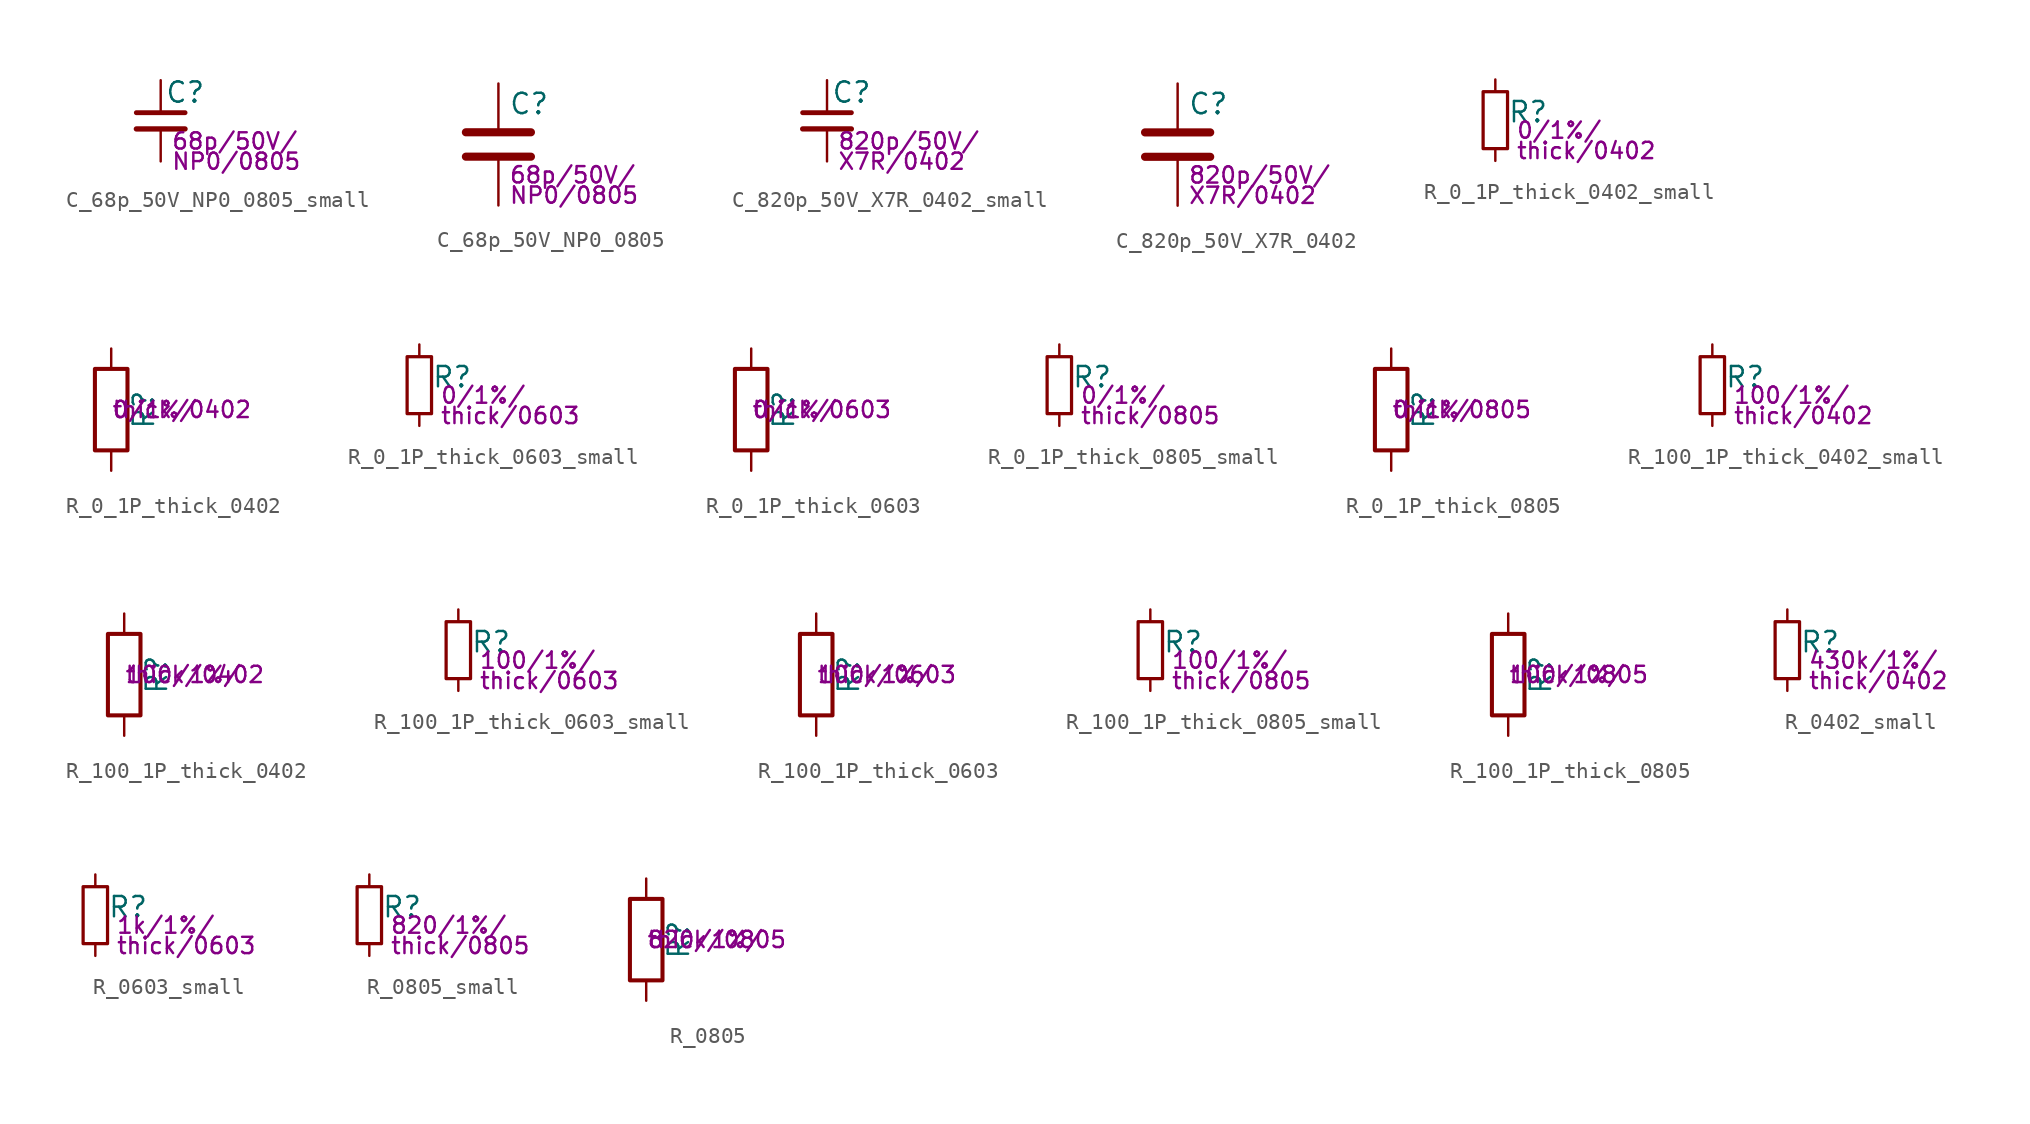
<source format=kicad_sym>
(kicad_symbol_lib
  (version 20211014)
  (generator kicad_symbol_editor)
  (symbol "C_68p_50V_NP0_0805_small"
    (pin_numbers hide)
    (pin_names
      (offset 0.254) hide)
    (property "Reference" "C"
      (at 0.254 1.778 0)
      (effects (font (size 1.27 1.27)) (justify left)))
    (property "Params" "68p/50V/"
      (at 0.635 -1.27 0)
      (effects (font (size 1.016 1.016)) (justify left)))
    (property "Params2" "NP0/0805"
      (at 0.635 -2.54 0)
      (effects (font (size 1.016 1.016)) (justify left)))
    (symbol "C_68p_50V_NP0_0805_small_0_1"
      (polyline (pts (xy -1.524 -0.508) (xy 1.524 -0.508)) (stroke (width 0.33) (type default) (color 0 0 0 0)) (fill (type none)))
      (polyline (pts (xy -1.524 0.508) (xy 1.524 0.508)) (stroke (width 0.305) (type default) (color 0 0 0 0)) (fill (type none))))
    (symbol "C_68p_50V_NP0_0805_small_1_1"
      (pin passive line (at 0 2.54 270) (length 2.032) (name "~" (effects (font (size 1.27 1.27)))) (number "1" (effects (font (size 1.27 1.27)))))
      (pin passive line (at 0 -2.54 90) (length 2.032) (name "~" (effects (font (size 1.27 1.27)))) (number "2" (effects (font (size 1.27 1.27)))))))
  (symbol "C_68p_50V_NP0_0805"
    (pin_numbers hide)
    (pin_names
      (offset 0.254))
    (property "Reference" "C"
      (at 0.635 2.54 0)
      (effects (font (size 1.27 1.27)) (justify left)))
    (property "Params" "68p/50V/"
      (at 0.635 -1.905 0)
      (effects (font (size 1.016 1.016)) (justify left)))
    (property "Params2" "NP0/0805"
      (at 0.635 -3.175 0)
      (effects (font (size 1.016 1.016)) (justify left)))
    (symbol "C_68p_50V_NP0_0805_0_1"
      (polyline (pts (xy -2.032 -0.762) (xy 2.032 -0.762)) (stroke (width 0.508) (type default) (color 0 0 0 0)) (fill (type none)))
      (polyline (pts (xy -2.032 0.762) (xy 2.032 0.762)) (stroke (width 0.508) (type default) (color 0 0 0 0)) (fill (type none))))
    (symbol "C_68p_50V_NP0_0805_1_1"
      (pin passive line (at 0 3.81 270) (length 2.794) (name "~" (effects (font (size 1.27 1.27)))) (number "1" (effects (font (size 1.27 1.27)))))
      (pin passive line (at 0 -3.81 90) (length 2.794) (name "~" (effects (font (size 1.27 1.27)))) (number "2" (effects (font (size 1.27 1.27)))))))
  (symbol "C_820p_50V_X7R_0402_small"
    (pin_numbers hide)
    (pin_names
      (offset 0.254) hide)
    (property "Reference" "C"
      (at 0.254 1.778 0)
      (effects (font (size 1.27 1.27)) (justify left)))
    (property "Params" "820p/50V/"
      (at 0.635 -1.27 0)
      (effects (font (size 1.016 1.016)) (justify left)))
    (property "Params2" "X7R/0402"
      (at 0.635 -2.54 0)
      (effects (font (size 1.016 1.016)) (justify left)))
    (symbol "C_820p_50V_X7R_0402_small_0_1"
      (polyline (pts (xy -1.524 -0.508) (xy 1.524 -0.508)) (stroke (width 0.33) (type default) (color 0 0 0 0)) (fill (type none)))
      (polyline (pts (xy -1.524 0.508) (xy 1.524 0.508)) (stroke (width 0.305) (type default) (color 0 0 0 0)) (fill (type none))))
    (symbol "C_820p_50V_X7R_0402_small_1_1"
      (pin passive line (at 0 2.54 270) (length 2.032) (name "~" (effects (font (size 1.27 1.27)))) (number "1" (effects (font (size 1.27 1.27)))))
      (pin passive line (at 0 -2.54 90) (length 2.032) (name "~" (effects (font (size 1.27 1.27)))) (number "2" (effects (font (size 1.27 1.27)))))))
  (symbol "C_820p_50V_X7R_0402"
    (pin_numbers hide)
    (pin_names
      (offset 0.254))
    (property "Reference" "C"
      (at 0.635 2.54 0)
      (effects (font (size 1.27 1.27)) (justify left)))
    (property "Params" "820p/50V/"
      (at 0.635 -1.905 0)
      (effects (font (size 1.016 1.016)) (justify left)))
    (property "Params2" "X7R/0402"
      (at 0.635 -3.175 0)
      (effects (font (size 1.016 1.016)) (justify left)))
    (symbol "C_820p_50V_X7R_0402_0_1"
      (polyline (pts (xy -2.032 -0.762) (xy 2.032 -0.762)) (stroke (width 0.508) (type default) (color 0 0 0 0)) (fill (type none)))
      (polyline (pts (xy -2.032 0.762) (xy 2.032 0.762)) (stroke (width 0.508) (type default) (color 0 0 0 0)) (fill (type none))))
    (symbol "C_820p_50V_X7R_0402_1_1"
      (pin passive line (at 0 3.81 270) (length 2.794) (name "~" (effects (font (size 1.27 1.27)))) (number "1" (effects (font (size 1.27 1.27)))))
      (pin passive line (at 0 -3.81 90) (length 2.794) (name "~" (effects (font (size 1.27 1.27)))) (number "2" (effects (font (size 1.27 1.27)))))))
  (symbol "R_0_1P_thick_0402_small"
    (pin_numbers hide)
    (pin_names
      (offset 0.254) hide)
    (property "Reference" "R"
      (at 0.762 0.508 0)
      (effects (font (size 1.27 1.27)) (justify left)))
    (property "Params" "0/1%/"
      (at 1.27 -0.635 0)
      (effects (font (size 1.016 1.016)) (justify left)))
    (property "Params2" "thick/0402"
      (at 1.27 -1.905 0)
      (effects (font (size 1.016 1.016)) (justify left)))
    (symbol "R_0_1P_thick_0402_small_0_1"
      (rectangle (start -0.762 1.778) (end 0.762 -1.778) (stroke (width 0.203) (type default) (color 0 0 0 0)) (fill (type none))))
    (symbol "R_0_1P_thick_0402_small_1_1"
      (pin passive line (at 0 2.54 270) (length 0.762) (name "~" (effects (font (size 1.27 1.27)))) (number "1" (effects (font (size 1.27 1.27)))))
      (pin passive line (at 0 -2.54 90) (length 0.762) (name "~" (effects (font (size 1.27 1.27)))) (number "2" (effects (font (size 1.27 1.27)))))))
  (symbol "R_0_1P_thick_0402"
    (pin_numbers hide)
    (pin_names
      (offset 0))
    (property "Reference" "R"
      (at 2.032 0 90)
      (effects (font (size 1.27 1.27))))
    (property "Params" "0/1%/"
      (at 0 0 0)
      (effects (font (size 1.016 1.016)) (justify left)))
    (property "Params2" "thick/0402"
      (at 0 0 0)
      (effects (font (size 1.016 1.016)) (justify left)))
    (symbol "R_0_1P_thick_0402_0_1"
      (rectangle (start -1.016 -2.54) (end 1.016 2.54) (stroke (width 0.254) (type default) (color 0 0 0 0)) (fill (type none))))
    (symbol "R_0_1P_thick_0402_1_1"
      (pin passive line (at 0 3.81 270) (length 1.27) (name "~" (effects (font (size 1.27 1.27)))) (number "1" (effects (font (size 1.27 1.27)))))
      (pin passive line (at 0 -3.81 90) (length 1.27) (name "~" (effects (font (size 1.27 1.27)))) (number "2" (effects (font (size 1.27 1.27)))))))
  (symbol "R_0_1P_thick_0603_small"
    (pin_numbers hide)
    (pin_names
      (offset 0.254) hide)
    (property "Reference" "R"
      (at 0.762 0.508 0)
      (effects (font (size 1.27 1.27)) (justify left)))
    (property "Params" "0/1%/"
      (at 1.27 -0.635 0)
      (effects (font (size 1.016 1.016)) (justify left)))
    (property "Params2" "thick/0603"
      (at 1.27 -1.905 0)
      (effects (font (size 1.016 1.016)) (justify left)))
    (symbol "R_0_1P_thick_0603_small_0_1"
      (rectangle (start -0.762 1.778) (end 0.762 -1.778) (stroke (width 0.203) (type default) (color 0 0 0 0)) (fill (type none))))
    (symbol "R_0_1P_thick_0603_small_1_1"
      (pin passive line (at 0 2.54 270) (length 0.762) (name "~" (effects (font (size 1.27 1.27)))) (number "1" (effects (font (size 1.27 1.27)))))
      (pin passive line (at 0 -2.54 90) (length 0.762) (name "~" (effects (font (size 1.27 1.27)))) (number "2" (effects (font (size 1.27 1.27)))))))
  (symbol "R_0_1P_thick_0603"
    (pin_numbers hide)
    (pin_names
      (offset 0))
    (property "Reference" "R"
      (at 2.032 0 90)
      (effects (font (size 1.27 1.27))))
    (property "Params" "0/1%/"
      (at 0 0 0)
      (effects (font (size 1.016 1.016)) (justify left)))
    (property "Params2" "thick/0603"
      (at 0 0 0)
      (effects (font (size 1.016 1.016)) (justify left)))
    (symbol "R_0_1P_thick_0603_0_1"
      (rectangle (start -1.016 -2.54) (end 1.016 2.54) (stroke (width 0.254) (type default) (color 0 0 0 0)) (fill (type none))))
    (symbol "R_0_1P_thick_0603_1_1"
      (pin passive line (at 0 3.81 270) (length 1.27) (name "~" (effects (font (size 1.27 1.27)))) (number "1" (effects (font (size 1.27 1.27)))))
      (pin passive line (at 0 -3.81 90) (length 1.27) (name "~" (effects (font (size 1.27 1.27)))) (number "2" (effects (font (size 1.27 1.27)))))))
  (symbol "R_0_1P_thick_0805_small"
    (pin_numbers hide)
    (pin_names
      (offset 0.254) hide)
    (property "Reference" "R"
      (at 0.762 0.508 0)
      (effects (font (size 1.27 1.27)) (justify left)))
    (property "Params" "0/1%/"
      (at 1.27 -0.635 0)
      (effects (font (size 1.016 1.016)) (justify left)))
    (property "Params2" "thick/0805"
      (at 1.27 -1.905 0)
      (effects (font (size 1.016 1.016)) (justify left)))
    (symbol "R_0_1P_thick_0805_small_0_1"
      (rectangle (start -0.762 1.778) (end 0.762 -1.778) (stroke (width 0.203) (type default) (color 0 0 0 0)) (fill (type none))))
    (symbol "R_0_1P_thick_0805_small_1_1"
      (pin passive line (at 0 2.54 270) (length 0.762) (name "~" (effects (font (size 1.27 1.27)))) (number "1" (effects (font (size 1.27 1.27)))))
      (pin passive line (at 0 -2.54 90) (length 0.762) (name "~" (effects (font (size 1.27 1.27)))) (number "2" (effects (font (size 1.27 1.27)))))))
  (symbol "R_0_1P_thick_0805"
    (pin_numbers hide)
    (pin_names
      (offset 0))
    (property "Reference" "R"
      (at 2.032 0 90)
      (effects (font (size 1.27 1.27))))
    (property "Params" "0/1%/"
      (at 0 0 0)
      (effects (font (size 1.016 1.016)) (justify left)))
    (property "Params2" "thick/0805"
      (at 0 0 0)
      (effects (font (size 1.016 1.016)) (justify left)))
    (symbol "R_0_1P_thick_0805_0_1"
      (rectangle (start -1.016 -2.54) (end 1.016 2.54) (stroke (width 0.254) (type default) (color 0 0 0 0)) (fill (type none))))
    (symbol "R_0_1P_thick_0805_1_1"
      (pin passive line (at 0 3.81 270) (length 1.27) (name "~" (effects (font (size 1.27 1.27)))) (number "1" (effects (font (size 1.27 1.27)))))
      (pin passive line (at 0 -3.81 90) (length 1.27) (name "~" (effects (font (size 1.27 1.27)))) (number "2" (effects (font (size 1.27 1.27)))))))
  (symbol "R_100_1P_thick_0402_small"
    (pin_numbers hide)
    (pin_names
      (offset 0.254) hide)
    (property "Reference" "R"
      (at 0.762 0.508 0)
      (effects (font (size 1.27 1.27)) (justify left)))
    (property "Params" "100/1%/"
      (at 1.27 -0.635 0)
      (effects (font (size 1.016 1.016)) (justify left)))
    (property "Params2" "thick/0402"
      (at 1.27 -1.905 0)
      (effects (font (size 1.016 1.016)) (justify left)))
    (symbol "R_100_1P_thick_0402_small_0_1"
      (rectangle (start -0.762 1.778) (end 0.762 -1.778) (stroke (width 0.203) (type default) (color 0 0 0 0)) (fill (type none))))
    (symbol "R_100_1P_thick_0402_small_1_1"
      (pin passive line (at 0 2.54 270) (length 0.762) (name "~" (effects (font (size 1.27 1.27)))) (number "1" (effects (font (size 1.27 1.27)))))
      (pin passive line (at 0 -2.54 90) (length 0.762) (name "~" (effects (font (size 1.27 1.27)))) (number "2" (effects (font (size 1.27 1.27)))))))
  (symbol "R_100_1P_thick_0402"
    (pin_numbers hide)
    (pin_names
      (offset 0))
    (property "Reference" "R"
      (at 2.032 0 90)
      (effects (font (size 1.27 1.27))))
    (property "Params" "100/1%/"
      (at 0 0 0)
      (effects (font (size 1.016 1.016)) (justify left)))
    (property "Params2" "thick/0402"
      (at 0 0 0)
      (effects (font (size 1.016 1.016)) (justify left)))
    (symbol "R_100_1P_thick_0402_0_1"
      (rectangle (start -1.016 -2.54) (end 1.016 2.54) (stroke (width 0.254) (type default) (color 0 0 0 0)) (fill (type none))))
    (symbol "R_100_1P_thick_0402_1_1"
      (pin passive line (at 0 3.81 270) (length 1.27) (name "~" (effects (font (size 1.27 1.27)))) (number "1" (effects (font (size 1.27 1.27)))))
      (pin passive line (at 0 -3.81 90) (length 1.27) (name "~" (effects (font (size 1.27 1.27)))) (number "2" (effects (font (size 1.27 1.27)))))))
  (symbol "R_100_1P_thick_0603_small"
    (pin_numbers hide)
    (pin_names
      (offset 0.254) hide)
    (property "Reference" "R"
      (at 0.762 0.508 0)
      (effects (font (size 1.27 1.27)) (justify left)))
    (property "Params" "100/1%/"
      (at 1.27 -0.635 0)
      (effects (font (size 1.016 1.016)) (justify left)))
    (property "Params2" "thick/0603"
      (at 1.27 -1.905 0)
      (effects (font (size 1.016 1.016)) (justify left)))
    (symbol "R_100_1P_thick_0603_small_0_1"
      (rectangle (start -0.762 1.778) (end 0.762 -1.778) (stroke (width 0.203) (type default) (color 0 0 0 0)) (fill (type none))))
    (symbol "R_100_1P_thick_0603_small_1_1"
      (pin passive line (at 0 2.54 270) (length 0.762) (name "~" (effects (font (size 1.27 1.27)))) (number "1" (effects (font (size 1.27 1.27)))))
      (pin passive line (at 0 -2.54 90) (length 0.762) (name "~" (effects (font (size 1.27 1.27)))) (number "2" (effects (font (size 1.27 1.27)))))))
  (symbol "R_100_1P_thick_0603"
    (pin_numbers hide)
    (pin_names
      (offset 0))
    (property "Reference" "R"
      (at 2.032 0 90)
      (effects (font (size 1.27 1.27))))
    (property "Params" "100/1%/"
      (at 0 0 0)
      (effects (font (size 1.016 1.016)) (justify left)))
    (property "Params2" "thick/0603"
      (at 0 0 0)
      (effects (font (size 1.016 1.016)) (justify left)))
    (symbol "R_100_1P_thick_0603_0_1"
      (rectangle (start -1.016 -2.54) (end 1.016 2.54) (stroke (width 0.254) (type default) (color 0 0 0 0)) (fill (type none))))
    (symbol "R_100_1P_thick_0603_1_1"
      (pin passive line (at 0 3.81 270) (length 1.27) (name "~" (effects (font (size 1.27 1.27)))) (number "1" (effects (font (size 1.27 1.27)))))
      (pin passive line (at 0 -3.81 90) (length 1.27) (name "~" (effects (font (size 1.27 1.27)))) (number "2" (effects (font (size 1.27 1.27)))))))
  (symbol "R_100_1P_thick_0805_small"
    (pin_numbers hide)
    (pin_names
      (offset 0.254) hide)
    (property "Reference" "R"
      (at 0.762 0.508 0)
      (effects (font (size 1.27 1.27)) (justify left)))
    (property "Params" "100/1%/"
      (at 1.27 -0.635 0)
      (effects (font (size 1.016 1.016)) (justify left)))
    (property "Params2" "thick/0805"
      (at 1.27 -1.905 0)
      (effects (font (size 1.016 1.016)) (justify left)))
    (symbol "R_100_1P_thick_0805_small_0_1"
      (rectangle (start -0.762 1.778) (end 0.762 -1.778) (stroke (width 0.203) (type default) (color 0 0 0 0)) (fill (type none))))
    (symbol "R_100_1P_thick_0805_small_1_1"
      (pin passive line (at 0 2.54 270) (length 0.762) (name "~" (effects (font (size 1.27 1.27)))) (number "1" (effects (font (size 1.27 1.27)))))
      (pin passive line (at 0 -2.54 90) (length 0.762) (name "~" (effects (font (size 1.27 1.27)))) (number "2" (effects (font (size 1.27 1.27)))))))
  (symbol "R_100_1P_thick_0805"
    (pin_numbers hide)
    (pin_names
      (offset 0))
    (property "Reference" "R"
      (at 2.032 0 90)
      (effects (font (size 1.27 1.27))))
    (property "Params" "100/1%/"
      (at 0 0 0)
      (effects (font (size 1.016 1.016)) (justify left)))
    (property "Params2" "thick/0805"
      (at 0 0 0)
      (effects (font (size 1.016 1.016)) (justify left)))
    (symbol "R_100_1P_thick_0805_0_1"
      (rectangle (start -1.016 -2.54) (end 1.016 2.54) (stroke (width 0.254) (type default) (color 0 0 0 0)) (fill (type none))))
    (symbol "R_100_1P_thick_0805_1_1"
      (pin passive line (at 0 3.81 270) (length 1.27) (name "~" (effects (font (size 1.27 1.27)))) (number "1" (effects (font (size 1.27 1.27)))))
      (pin passive line (at 0 -3.81 90) (length 1.27) (name "~" (effects (font (size 1.27 1.27)))) (number "2" (effects (font (size 1.27 1.27)))))))
  (symbol "R_0402_small"
    (pin_numbers hide)
    (pin_names
      (offset 0.254) hide)
    (property "Reference" "R"
      (at 0.762 0.508 0)
      (effects (font (size 1.27 1.27)) (justify left)))
    (property "Params" "430k/1%/"
      (at 1.27 -0.635 0)
      (effects (font (size 1.016 1.016)) (justify left)))
    (property "Params2" "thick/0402"
      (at 1.27 -1.905 0)
      (effects (font (size 1.016 1.016)) (justify left)))
    (symbol "R_0402_small_0_1"
      (rectangle (start -0.762 1.778) (end 0.762 -1.778) (stroke (width 0.203) (type default) (color 0 0 0 0)) (fill (type none))))
    (symbol "R_0402_small_1_1"
      (pin passive line (at 0 2.54 270) (length 0.762) (name "~" (effects (font (size 1.27 1.27)))) (number "1" (effects (font (size 1.27 1.27)))))
      (pin passive line (at 0 -2.54 90) (length 0.762) (name "~" (effects (font (size 1.27 1.27)))) (number "2" (effects (font (size 1.27 1.27)))))))
  (symbol "R_0603_small"
    (pin_numbers hide)
    (pin_names
      (offset 0.254) hide)
    (property "Reference" "R"
      (at 0.762 0.508 0)
      (effects (font (size 1.27 1.27)) (justify left)))
    (property "Params" "1k/1%/"
      (at 1.27 -0.635 0)
      (effects (font (size 1.016 1.016)) (justify left)))
    (property "Params2" "thick/0603"
      (at 1.27 -1.905 0)
      (effects (font (size 1.016 1.016)) (justify left)))
    (symbol "R_0603_small_0_1"
      (rectangle (start -0.762 1.778) (end 0.762 -1.778) (stroke (width 0.203) (type default) (color 0 0 0 0)) (fill (type none))))
    (symbol "R_0603_small_1_1"
      (pin passive line (at 0 2.54 270) (length 0.762) (name "~" (effects (font (size 1.27 1.27)))) (number "1" (effects (font (size 1.27 1.27)))))
      (pin passive line (at 0 -2.54 90) (length 0.762) (name "~" (effects (font (size 1.27 1.27)))) (number "2" (effects (font (size 1.27 1.27)))))))
  (symbol "R_0805_small"
    (pin_numbers hide)
    (pin_names
      (offset 0.254) hide)
    (property "Reference" "R"
      (at 0.762 0.508 0)
      (effects (font (size 1.27 1.27)) (justify left)))
    (property "Params" "820/1%/"
      (at 1.27 -0.635 0)
      (effects (font (size 1.016 1.016)) (justify left)))
    (property "Params2" "thick/0805"
      (at 1.27 -1.905 0)
      (effects (font (size 1.016 1.016)) (justify left)))
    (symbol "R_0805_small_0_1"
      (rectangle (start -0.762 1.778) (end 0.762 -1.778) (stroke (width 0.203) (type default) (color 0 0 0 0)) (fill (type none))))
    (symbol "R_0805_small_1_1"
      (pin passive line (at 0 2.54 270) (length 0.762) (name "~" (effects (font (size 1.27 1.27)))) (number "1" (effects (font (size 1.27 1.27)))))
      (pin passive line (at 0 -2.54 90) (length 0.762) (name "~" (effects (font (size 1.27 1.27)))) (number "2" (effects (font (size 1.27 1.27)))))))
  (symbol "R_0805"
    (pin_numbers hide)
    (pin_names
      (offset 0))
    (property "Reference" "R"
      (at 2.032 0 90)
      (effects (font (size 1.27 1.27))))
    (property "Params" "820/1%/"
      (at 0 0 0)
      (effects (font (size 1.016 1.016)) (justify left)))
    (property "Params2" "thick/0805"
      (at 0 0 0)
      (effects (font (size 1.016 1.016)) (justify left)))
    (symbol "R_0805_0_1"
      (rectangle (start -1.016 -2.54) (end 1.016 2.54) (stroke (width 0.254) (type default) (color 0 0 0 0)) (fill (type none))))
    (symbol "R_0805_1_1"
      (pin passive line (at 0 3.81 270) (length 1.27) (name "~" (effects (font (size 1.27 1.27)))) (number "1" (effects (font (size 1.27 1.27)))))
      (pin passive line (at 0 -3.81 90) (length 1.27) (name "~" (effects (font (size 1.27 1.27)))) (number "2" (effects (font (size 1.27 1.27))))))))
</source>
